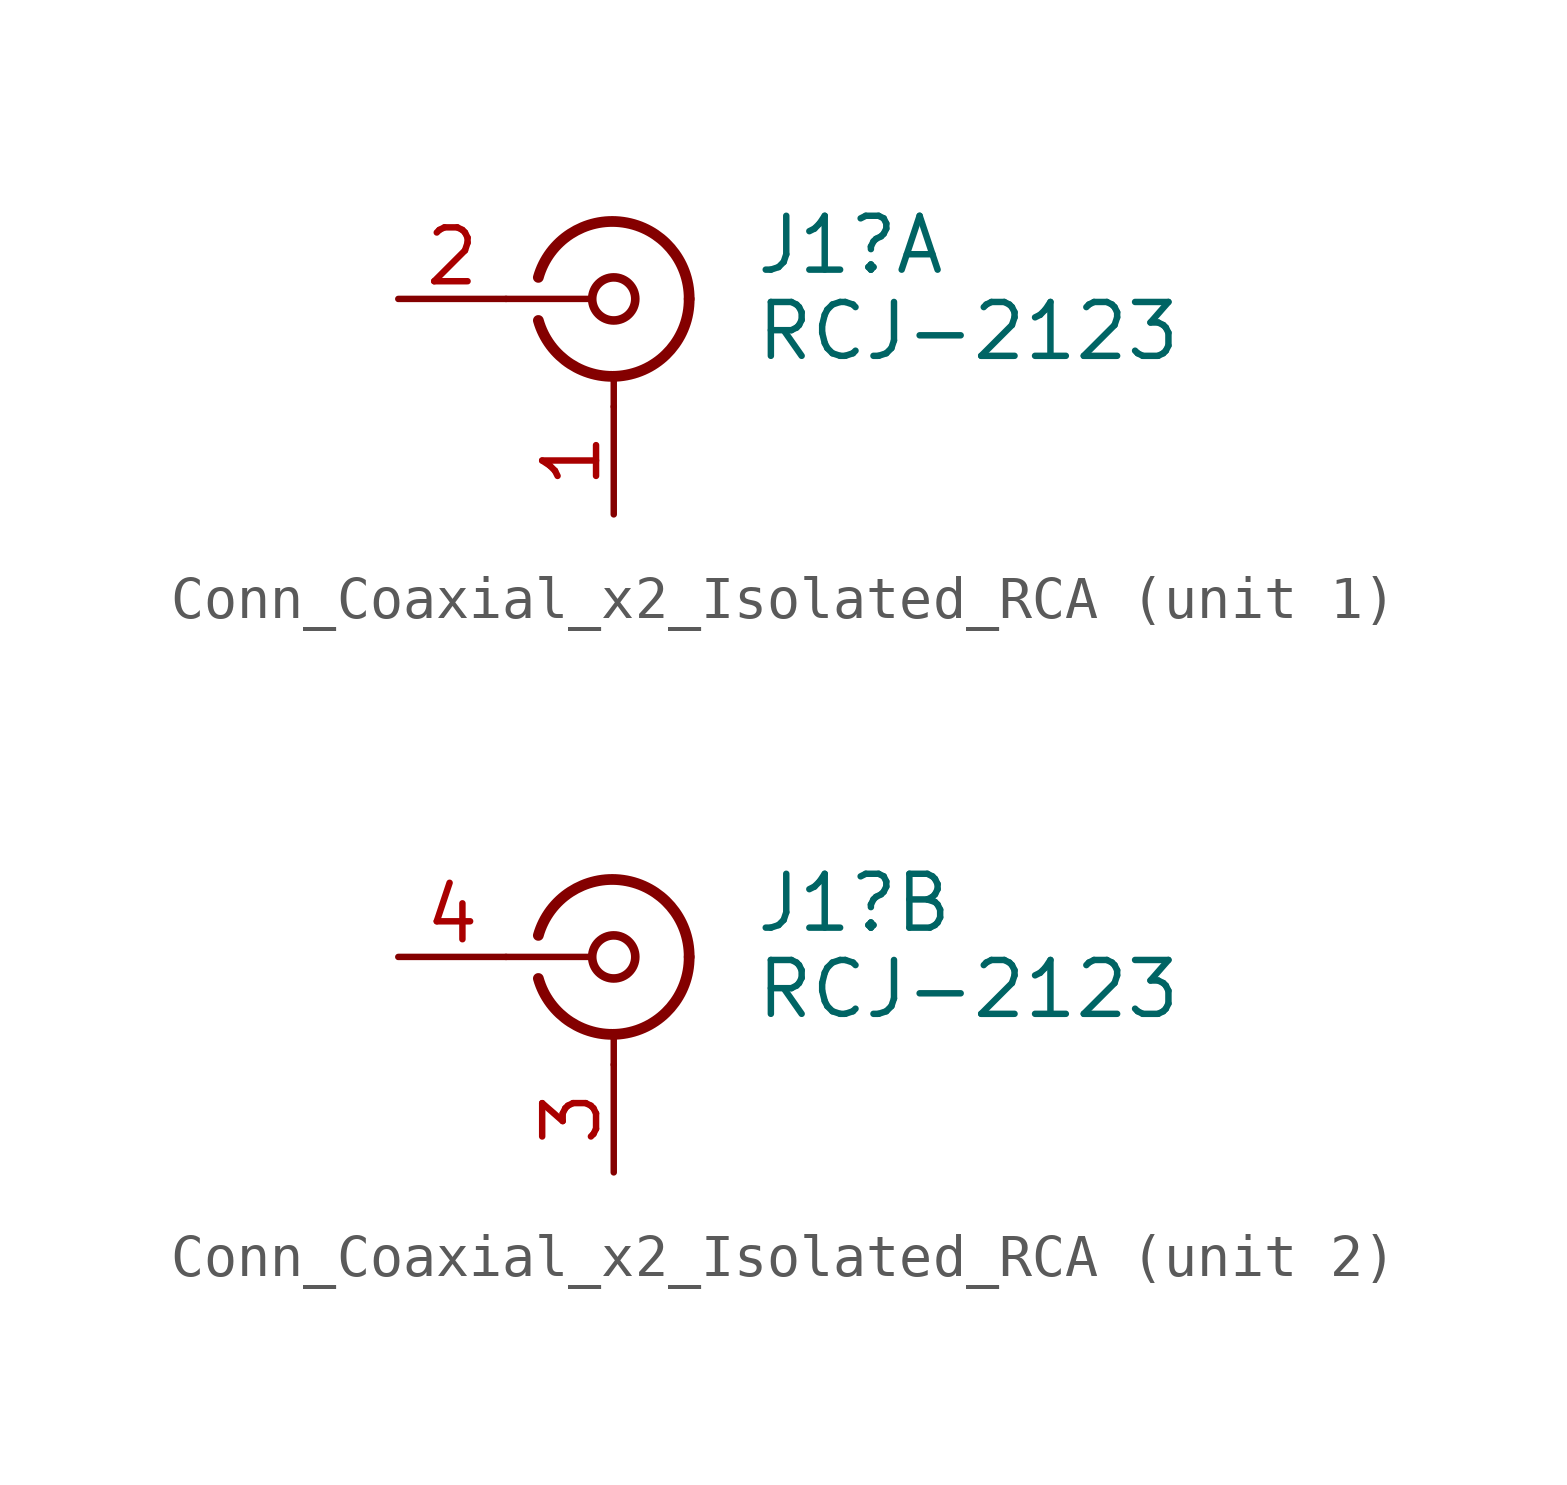
<source format=kicad_sym>
(kicad_symbol_lib
  (version 20231120)
  (generator "kicad_symbol_editor")
  (generator_version "8.0")
  (symbol "Conn_Coaxial_x2_Isolated_RCA"
    (pin_names
      (offset 1.016) hide)
    (property "Reference" "J1"
      (at 3.302 1.27 0)
      (effects (font (size 1.27 1.27)) (justify left)))
    (property "Value" "RCJ-2123"
      (at 3.302 -0.762 0)
      (effects (font (size 1.27 1.27)) (justify left)))
    (symbol "Conn_Coaxial_x2_Isolated_RCA_0_1"
      (arc (start -1.778 -0.508) (mid 0.2311 -1.8066) (end 1.778 0) (stroke (width 0.254) (type default)) (fill (type none)))
      (polyline (pts (xy -2.54 0) (xy -0.508 0)) (stroke (width 0) (type default)) (fill (type none)))
      (polyline (pts (xy 0 -2.54) (xy 0 -1.778)) (stroke (width 0) (type default)) (fill (type none)))
      (circle (center 0 0) (radius 0.508) (stroke (width 0.203) (type default)) (fill (type none)))
      (arc (start 1.778 0) (mid 0.2099 1.8101) (end -1.778 0.508) (stroke (width 0.254) (type default)) (fill (type none))))
    (symbol "Conn_Coaxial_x2_Isolated_RCA_1_1"
      (pin passive line (at 0 -5.08 90) (length 2.54) (name "Ext1" (effects (font (size 1.27 1.27)))) (number "1" (effects (font (size 1.27 1.27)))))
      (pin passive line (at -5.08 0 0) (length 2.54) (name "In1" (effects (font (size 1.27 1.27)))) (number "2" (effects (font (size 1.27 1.27))))))
    (symbol "Conn_Coaxial_x2_Isolated_RCA_2_1"
      (pin passive line (at 0 -5.08 90) (length 2.54) (name "Ext2" (effects (font (size 1.27 1.27)))) (number "3" (effects (font (size 1.27 1.27)))))
      (pin passive line (at -5.08 0 0) (length 2.54) (name "In2" (effects (font (size 1.27 1.27)))) (number "4" (effects (font (size 1.27 1.27))))))))
</source>
